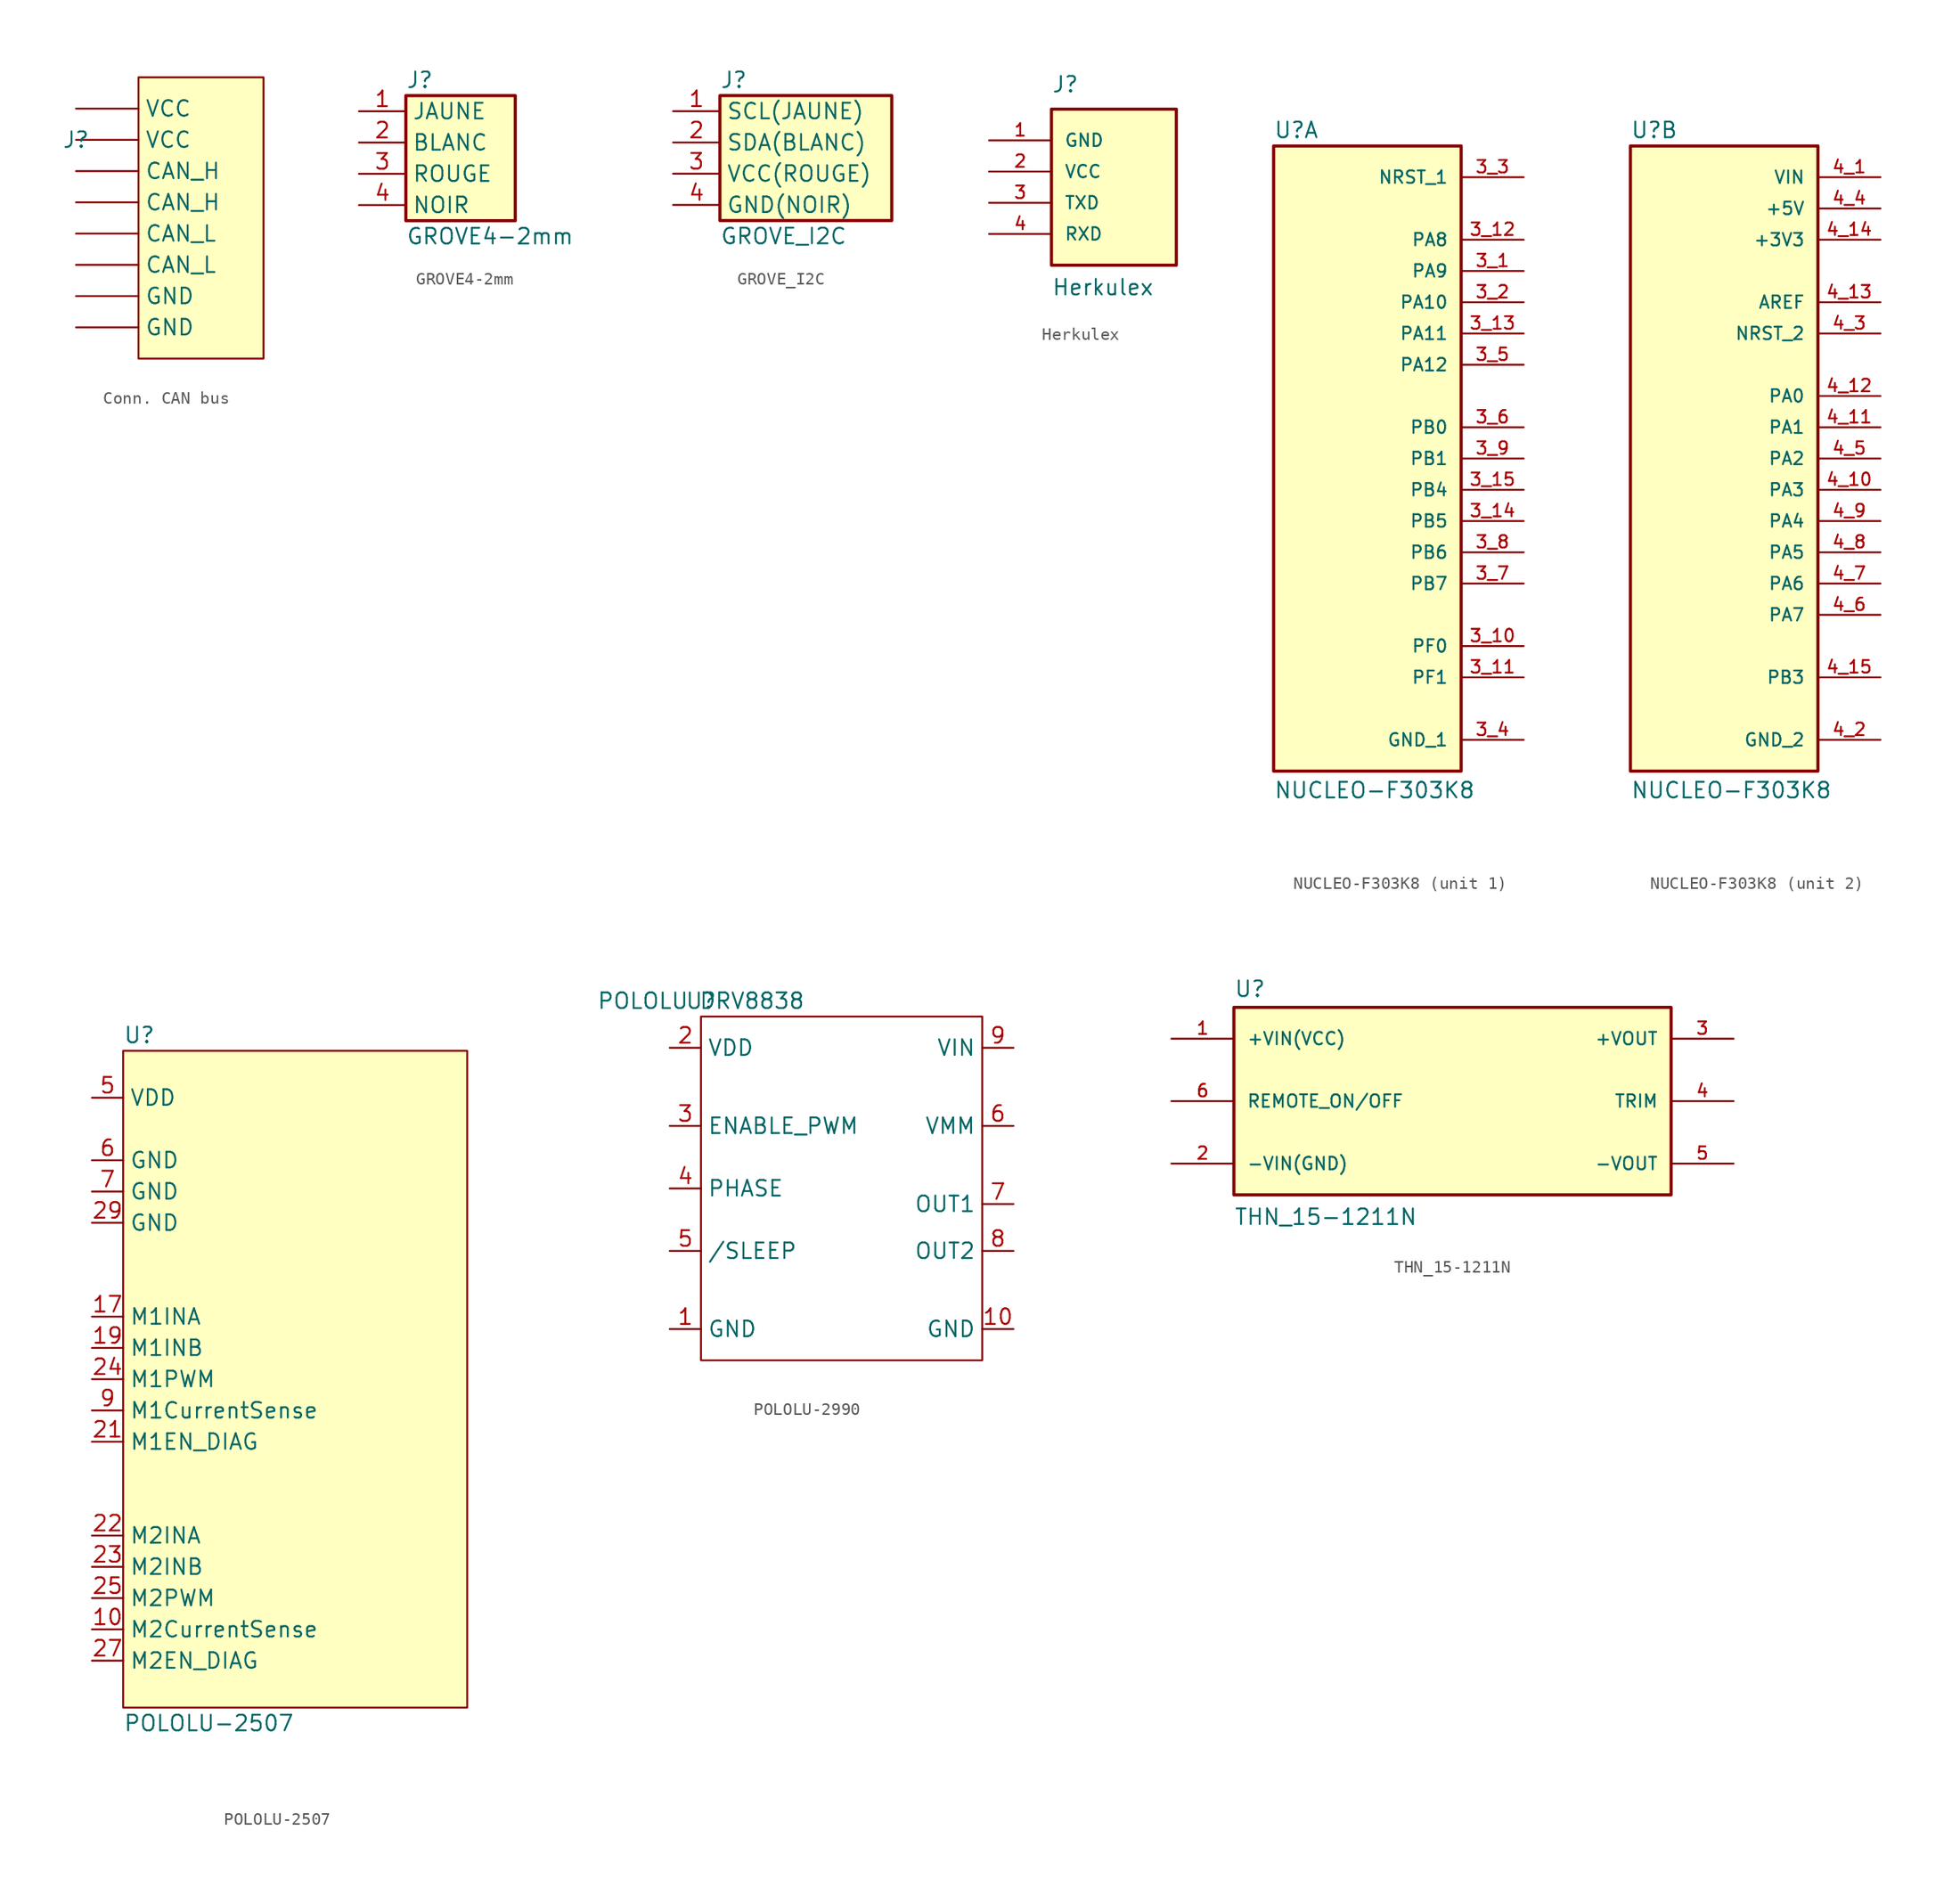
<source format=kicad_sym>
(kicad_symbol_lib
  (version 20231120)
  (generator "kicad_symbol_editor")
  (generator_version "8.0")
  (symbol "Conn. CAN bus"
    (property "Reference" "J"
      (at 0 0 0)
      (effects (font (size 1.27 1.27))))
    (property "Value" ""
      (at 0 0 0)
      (effects (font (size 1.27 1.27))))
    (symbol "Conn. CAN bus_1_0"
      (rectangle (start 15.24 5.08) (end 5.08 -17.78) (stroke (width 0) (type solid)) (fill (type background)))
      (pin passive line (at 0 0 0) (length 5.08) (name "VCC" (effects (font (size 1.27 1.27)))) (number "1" (effects (font (size 0 0)))))
      (pin passive line (at 0 -12.7 0) (length 5.08) (name "GND" (effects (font (size 1.27 1.27)))) (number "2" (effects (font (size 0 0)))))
      (pin passive line (at 0 -10.16 0) (length 5.08) (name "CAN_L" (effects (font (size 1.27 1.27)))) (number "3" (effects (font (size 0 0)))))
      (pin passive line (at 0 -5.08 0) (length 5.08) (name "CAN_H" (effects (font (size 1.27 1.27)))) (number "4" (effects (font (size 0 0)))))
      (pin passive line (at 0 -2.54 0) (length 5.08) (name "CAN_H" (effects (font (size 1.27 1.27)))) (number "5" (effects (font (size 0 0)))))
      (pin passive line (at 0 -7.62 0) (length 5.08) (name "CAN_L" (effects (font (size 1.27 1.27)))) (number "6" (effects (font (size 0 0)))))
      (pin passive line (at 0 -15.24 0) (length 5.08) (name "GND" (effects (font (size 1.27 1.27)))) (number "7" (effects (font (size 0 0)))))
      (pin passive line (at 0 2.54 0) (length 5.08) (name "VCC" (effects (font (size 1.27 1.27)))) (number "8" (effects (font (size 0 0)))))))
  (symbol "GROVE4-2mm"
    (property "Reference" "J"
      (at 1.27 1.27 0)
      (effects (font (size 1.27 1.27)) (justify left)))
    (property "Value" "GROVE4-2mm"
      (at 1.27 -11.43 0)
      (effects (font (size 1.27 1.27)) (justify left)))
    (symbol "GROVE4-2mm_1_1"
      (rectangle (start 1.27 0) (end 10.16 -10.16) (stroke (width 0.254) (type default)) (fill (type background)))
      (pin passive line (at -2.54 -1.27 0) (length 3.81) (name "JAUNE" (effects (font (size 1.27 1.27)))) (number "1" (effects (font (size 1.27 1.27)))))
      (pin passive line (at -2.54 -3.81 0) (length 3.81) (name "BLANC" (effects (font (size 1.27 1.27)))) (number "2" (effects (font (size 1.27 1.27)))))
      (pin passive line (at -2.54 -6.35 0) (length 3.81) (name "ROUGE" (effects (font (size 1.27 1.27)))) (number "3" (effects (font (size 1.27 1.27)))))
      (pin passive line (at -2.54 -8.89 0) (length 3.81) (name "NOIR" (effects (font (size 1.27 1.27)))) (number "4" (effects (font (size 1.27 1.27)))))))
  (symbol "GROVE_I2C"
    (property "Reference" "J"
      (at -1.27 -2.54 0)
      (effects (font (size 1.27 1.27)) (justify left)))
    (property "Value" "GROVE_I2C"
      (at -1.27 -15.24 0)
      (effects (font (size 1.27 1.27)) (justify left)))
    (symbol "GROVE_I2C_1_1"
      (rectangle (start -1.27 -3.81) (end 12.7 -13.97) (stroke (width 0.254) (type default)) (fill (type background)))
      (pin passive line (at -5.08 -5.08 0) (length 3.81) (name "SCL(JAUNE)" (effects (font (size 1.27 1.27)))) (number "1" (effects (font (size 1.27 1.27)))))
      (pin passive line (at -5.08 -7.62 0) (length 3.81) (name "SDA(BLANC)" (effects (font (size 1.27 1.27)))) (number "2" (effects (font (size 1.27 1.27)))))
      (pin passive line (at -5.08 -10.16 0) (length 3.81) (name "VCC(ROUGE)" (effects (font (size 1.27 1.27)))) (number "3" (effects (font (size 1.27 1.27)))))
      (pin passive line (at -5.08 -12.7 0) (length 3.81) (name "GND(NOIR)" (effects (font (size 1.27 1.27)))) (number "4" (effects (font (size 1.27 1.27)))))))
  (symbol "Herkulex"
    (pin_names
      (offset 1.016))
    (property "Reference" "J"
      (at 0 1.27 0)
      (effects (font (size 1.27 1.27)) (justify left bottom)))
    (property "Value" "Herkulex"
      (at 0 -15.24 0)
      (effects (font (size 1.27 1.27)) (justify left bottom)))
    (symbol "Herkulex_0_0"
      (rectangle (start 0 -12.7) (end 10.16 0) (stroke (width 0.254) (type default)) (fill (type background))))
    (symbol "Herkulex_1_0"
      (pin passive line (at -5.08 -2.54 0) (length 5.08) (name "GND" (effects (font (size 1.016 1.016)))) (number "1" (effects (font (size 1.016 1.016)))))
      (pin passive line (at -5.08 -5.08 0) (length 5.08) (name "VCC" (effects (font (size 1.016 1.016)))) (number "2" (effects (font (size 1.016 1.016)))))
      (pin passive line (at -5.08 -7.62 0) (length 5.08) (name "TXD" (effects (font (size 1.016 1.016)))) (number "3" (effects (font (size 1.016 1.016)))))
      (pin passive line (at -5.08 -10.16 0) (length 5.08) (name "RXD" (effects (font (size 1.016 1.016)))) (number "4" (effects (font (size 1.016 1.016)))))))
  (symbol "NUCLEO-F303K8"
    (pin_names
      (offset 1.016))
    (property "Reference" "U"
      (at -7.629 25.946 0)
      (effects (font (size 1.27 1.27)) (justify left bottom)))
    (property "Value" "NUCLEO-F303K8"
      (at -7.623 -27.701 0)
      (effects (font (size 1.27 1.27)) (justify left bottom)))
    (symbol "NUCLEO-F303K8_1_0"
      (rectangle (start -7.62 -25.4) (end 7.62 25.4) (stroke (width 0.254) (type default)) (fill (type background)))
      (pin bidirectional line (at 12.7 15.24 180) (length 5.08) (name "PA9" (effects (font (size 1.016 1.016)))) (number "3_1" (effects (font (size 1.016 1.016)))))
      (pin bidirectional line (at 12.7 -15.24 180) (length 5.08) (name "PF0" (effects (font (size 1.016 1.016)))) (number "3_10" (effects (font (size 1.016 1.016)))))
      (pin bidirectional line (at 12.7 -17.78 180) (length 5.08) (name "PF1" (effects (font (size 1.016 1.016)))) (number "3_11" (effects (font (size 1.016 1.016)))))
      (pin bidirectional line (at 12.7 17.78 180) (length 5.08) (name "PA8" (effects (font (size 1.016 1.016)))) (number "3_12" (effects (font (size 1.016 1.016)))))
      (pin bidirectional line (at 12.7 10.16 180) (length 5.08) (name "PA11" (effects (font (size 1.016 1.016)))) (number "3_13" (effects (font (size 1.016 1.016)))))
      (pin bidirectional line (at 12.7 -5.08 180) (length 5.08) (name "PB5" (effects (font (size 1.016 1.016)))) (number "3_14" (effects (font (size 1.016 1.016)))))
      (pin bidirectional line (at 12.7 -2.54 180) (length 5.08) (name "PB4" (effects (font (size 1.016 1.016)))) (number "3_15" (effects (font (size 1.016 1.016)))))
      (pin bidirectional line (at 12.7 12.7 180) (length 5.08) (name "PA10" (effects (font (size 1.016 1.016)))) (number "3_2" (effects (font (size 1.016 1.016)))))
      (pin bidirectional line (at 12.7 22.86 180) (length 5.08) (name "NRST_1" (effects (font (size 1.016 1.016)))) (number "3_3" (effects (font (size 1.016 1.016)))))
      (pin power_in line (at 12.7 -22.86 180) (length 5.08) (name "GND_1" (effects (font (size 1.016 1.016)))) (number "3_4" (effects (font (size 1.016 1.016)))))
      (pin bidirectional line (at 12.7 7.62 180) (length 5.08) (name "PA12" (effects (font (size 1.016 1.016)))) (number "3_5" (effects (font (size 1.016 1.016)))))
      (pin bidirectional line (at 12.7 2.54 180) (length 5.08) (name "PB0" (effects (font (size 1.016 1.016)))) (number "3_6" (effects (font (size 1.016 1.016)))))
      (pin bidirectional line (at 12.7 -10.16 180) (length 5.08) (name "PB7" (effects (font (size 1.016 1.016)))) (number "3_7" (effects (font (size 1.016 1.016)))))
      (pin bidirectional line (at 12.7 -7.62 180) (length 5.08) (name "PB6" (effects (font (size 1.016 1.016)))) (number "3_8" (effects (font (size 1.016 1.016)))))
      (pin bidirectional line (at 12.7 0 180) (length 5.08) (name "PB1" (effects (font (size 1.016 1.016)))) (number "3_9" (effects (font (size 1.016 1.016))))))
    (symbol "NUCLEO-F303K8_2_0"
      (rectangle (start -7.62 -25.4) (end 7.62 25.4) (stroke (width 0.254) (type default)) (fill (type background)))
      (pin power_in line (at 12.7 22.86 180) (length 5.08) (name "VIN" (effects (font (size 1.016 1.016)))) (number "4_1" (effects (font (size 1.016 1.016)))))
      (pin bidirectional line (at 12.7 -2.54 180) (length 5.08) (name "PA3" (effects (font (size 1.016 1.016)))) (number "4_10" (effects (font (size 1.016 1.016)))))
      (pin bidirectional line (at 12.7 2.54 180) (length 5.08) (name "PA1" (effects (font (size 1.016 1.016)))) (number "4_11" (effects (font (size 1.016 1.016)))))
      (pin bidirectional line (at 12.7 5.08 180) (length 5.08) (name "PA0" (effects (font (size 1.016 1.016)))) (number "4_12" (effects (font (size 1.016 1.016)))))
      (pin bidirectional line (at 12.7 12.7 180) (length 5.08) (name "AREF" (effects (font (size 1.016 1.016)))) (number "4_13" (effects (font (size 1.016 1.016)))))
      (pin power_in line (at 12.7 17.78 180) (length 5.08) (name "+3V3" (effects (font (size 1.016 1.016)))) (number "4_14" (effects (font (size 1.016 1.016)))))
      (pin bidirectional line (at 12.7 -17.78 180) (length 5.08) (name "PB3" (effects (font (size 1.016 1.016)))) (number "4_15" (effects (font (size 1.016 1.016)))))
      (pin power_in line (at 12.7 -22.86 180) (length 5.08) (name "GND_2" (effects (font (size 1.016 1.016)))) (number "4_2" (effects (font (size 1.016 1.016)))))
      (pin bidirectional line (at 12.7 10.16 180) (length 5.08) (name "NRST_2" (effects (font (size 1.016 1.016)))) (number "4_3" (effects (font (size 1.016 1.016)))))
      (pin power_in line (at 12.7 20.32 180) (length 5.08) (name "+5V" (effects (font (size 1.016 1.016)))) (number "4_4" (effects (font (size 1.016 1.016)))))
      (pin bidirectional line (at 12.7 0 180) (length 5.08) (name "PA2" (effects (font (size 1.016 1.016)))) (number "4_5" (effects (font (size 1.016 1.016)))))
      (pin bidirectional line (at 12.7 -12.7 180) (length 5.08) (name "PA7" (effects (font (size 1.016 1.016)))) (number "4_6" (effects (font (size 1.016 1.016)))))
      (pin bidirectional line (at 12.7 -10.16 180) (length 5.08) (name "PA6" (effects (font (size 1.016 1.016)))) (number "4_7" (effects (font (size 1.016 1.016)))))
      (pin bidirectional line (at 12.7 -7.62 180) (length 5.08) (name "PA5" (effects (font (size 1.016 1.016)))) (number "4_8" (effects (font (size 1.016 1.016)))))
      (pin bidirectional line (at 12.7 -5.08 180) (length 5.08) (name "PA4" (effects (font (size 1.016 1.016)))) (number "4_9" (effects (font (size 1.016 1.016)))))))
  (symbol "POLOLU-2507"
    (property "Reference" "U"
      (at 2.54 5.08 0)
      (effects (font (size 1.27 1.27)) (justify left)))
    (property "Value" "POLOLU-2507"
      (at 2.54 -50.8 0)
      (effects (font (size 1.27 1.27)) (justify left)))
    (symbol "POLOLU-2507_0_1"
      (rectangle (start 2.54 3.81) (end 30.48 -49.53) (stroke (width 0) (type default)) (fill (type background))))
    (symbol "POLOLU-2507_1_1"
      (pin output line (at 0 -43.18 0) (length 2.54) (name "M2CurrentSense" (effects (font (size 1.27 1.27)))) (number "10" (effects (font (size 1.27 1.27)))))
      (pin input line (at 0 -17.78 0) (length 2.54) (name "M1INA" (effects (font (size 1.27 1.27)))) (number "17" (effects (font (size 1.27 1.27)))))
      (pin input line (at 0 -20.32 0) (length 2.54) (name "M1INB" (effects (font (size 1.27 1.27)))) (number "19" (effects (font (size 1.27 1.27)))))
      (pin input line (at 0 -27.94 0) (length 2.54) (name "M1EN_DIAG" (effects (font (size 1.27 1.27)))) (number "21" (effects (font (size 1.27 1.27)))))
      (pin input line (at 0 -35.56 0) (length 2.54) (name "M2INA" (effects (font (size 1.27 1.27)))) (number "22" (effects (font (size 1.27 1.27)))))
      (pin input line (at 0 -38.1 0) (length 2.54) (name "M2INB" (effects (font (size 1.27 1.27)))) (number "23" (effects (font (size 1.27 1.27)))))
      (pin input line (at 0 -22.86 0) (length 2.54) (name "M1PWM" (effects (font (size 1.27 1.27)))) (number "24" (effects (font (size 1.27 1.27)))))
      (pin input line (at 0 -40.64 0) (length 2.54) (name "M2PWM" (effects (font (size 1.27 1.27)))) (number "25" (effects (font (size 1.27 1.27)))))
      (pin input line (at 0 -45.72 0) (length 2.54) (name "M2EN_DIAG" (effects (font (size 1.27 1.27)))) (number "27" (effects (font (size 1.27 1.27)))))
      (pin power_in line (at 0 -10.16 0) (length 2.54) (name "GND" (effects (font (size 1.27 1.27)))) (number "29" (effects (font (size 1.27 1.27)))))
      (pin power_in line (at 0 0 0) (length 2.54) (name "VDD" (effects (font (size 1.27 1.27)))) (number "5" (effects (font (size 1.27 1.27)))))
      (pin power_in line (at 0 -5.08 0) (length 2.54) (name "GND" (effects (font (size 1.27 1.27)))) (number "6" (effects (font (size 1.27 1.27)))))
      (pin power_in line (at 0 -7.62 0) (length 2.54) (name "GND" (effects (font (size 1.27 1.27)))) (number "7" (effects (font (size 1.27 1.27)))))
      (pin output line (at 0 -25.4 0) (length 2.54) (name "M1CurrentSense" (effects (font (size 1.27 1.27)))) (number "9" (effects (font (size 1.27 1.27)))))))
  (symbol "POLOLU-2990"
    (property "Reference" "U"
      (at 0 0 0)
      (effects (font (size 1.27 1.27))))
    (property "Value" "POLOLU DRV8838"
      (at 0 0 0)
      (effects (font (size 1.27 1.27))))
    (symbol "POLOLU-2990_0_1"
      (rectangle (start 0 -1.27) (end 22.86 -29.21) (stroke (width 0) (type default)) (fill (type none))))
    (symbol "POLOLU-2990_1_1"
      (pin power_in line (at -2.54 -26.67 0) (length 2.54) (name "GND" (effects (font (size 1.27 1.27)))) (number "1" (effects (font (size 1.27 1.27)))))
      (pin power_in line (at 25.4 -26.67 180) (length 2.54) (name "GND" (effects (font (size 1.27 1.27)))) (number "10" (effects (font (size 1.27 1.27)))))
      (pin power_in line (at -2.54 -3.81 0) (length 2.54) (name "VDD" (effects (font (size 1.27 1.27)))) (number "2" (effects (font (size 1.27 1.27)))))
      (pin input line (at -2.54 -10.16 0) (length 2.54) (name "ENABLE_PWM" (effects (font (size 1.27 1.27)))) (number "3" (effects (font (size 1.27 1.27)))))
      (pin input line (at -2.54 -15.24 0) (length 2.54) (name "PHASE" (effects (font (size 1.27 1.27)))) (number "4" (effects (font (size 1.27 1.27)))))
      (pin input line (at -2.54 -20.32 0) (length 2.54) (name "/SLEEP" (effects (font (size 1.27 1.27)))) (number "5" (effects (font (size 1.27 1.27)))))
      (pin power_out line (at 25.4 -10.16 180) (length 2.54) (name "VMM" (effects (font (size 1.27 1.27)))) (number "6" (effects (font (size 1.27 1.27)))))
      (pin power_out line (at 25.4 -16.51 180) (length 2.54) (name "OUT1" (effects (font (size 1.27 1.27)))) (number "7" (effects (font (size 1.27 1.27)))))
      (pin power_out line (at 25.4 -20.32 180) (length 2.54) (name "OUT2" (effects (font (size 1.27 1.27)))) (number "8" (effects (font (size 1.27 1.27)))))
      (pin power_in line (at 25.4 -3.81 180) (length 2.54) (name "VIN" (effects (font (size 1.27 1.27)))) (number "9" (effects (font (size 1.27 1.27)))))))
  (symbol "THN_15-1211N"
    (pin_names
      (offset 1.016))
    (property "Reference" "U"
      (at -17.78 8.382 0)
      (effects (font (size 1.27 1.27)) (justify left bottom)))
    (property "Value" "THN_15-1211N"
      (at -17.78 -10.16 0)
      (effects (font (size 1.27 1.27)) (justify left bottom)))
    (symbol "THN_15-1211N_0_0"
      (rectangle (start -17.78 -7.62) (end 17.78 7.62) (stroke (width 0.254) (type default)) (fill (type background)))
      (pin input line (at -22.86 5.08 0) (length 5.08) (name "+VIN(VCC)" (effects (font (size 1.016 1.016)))) (number "1" (effects (font (size 1.016 1.016)))))
      (pin input line (at -22.86 -5.08 0) (length 5.08) (name "-VIN(GND)" (effects (font (size 1.016 1.016)))) (number "2" (effects (font (size 1.016 1.016)))))
      (pin output line (at 22.86 5.08 180) (length 5.08) (name "+VOUT" (effects (font (size 1.016 1.016)))) (number "3" (effects (font (size 1.016 1.016)))))
      (pin passive line (at 22.86 0 180) (length 5.08) (name "TRIM" (effects (font (size 1.016 1.016)))) (number "4" (effects (font (size 1.016 1.016)))))
      (pin output line (at 22.86 -5.08 180) (length 5.08) (name "-VOUT" (effects (font (size 1.016 1.016)))) (number "5" (effects (font (size 1.016 1.016)))))
      (pin input line (at -22.86 0 0) (length 5.08) (name "REMOTE_ON/OFF" (effects (font (size 1.016 1.016)))) (number "6" (effects (font (size 1.016 1.016))))))))
</source>
